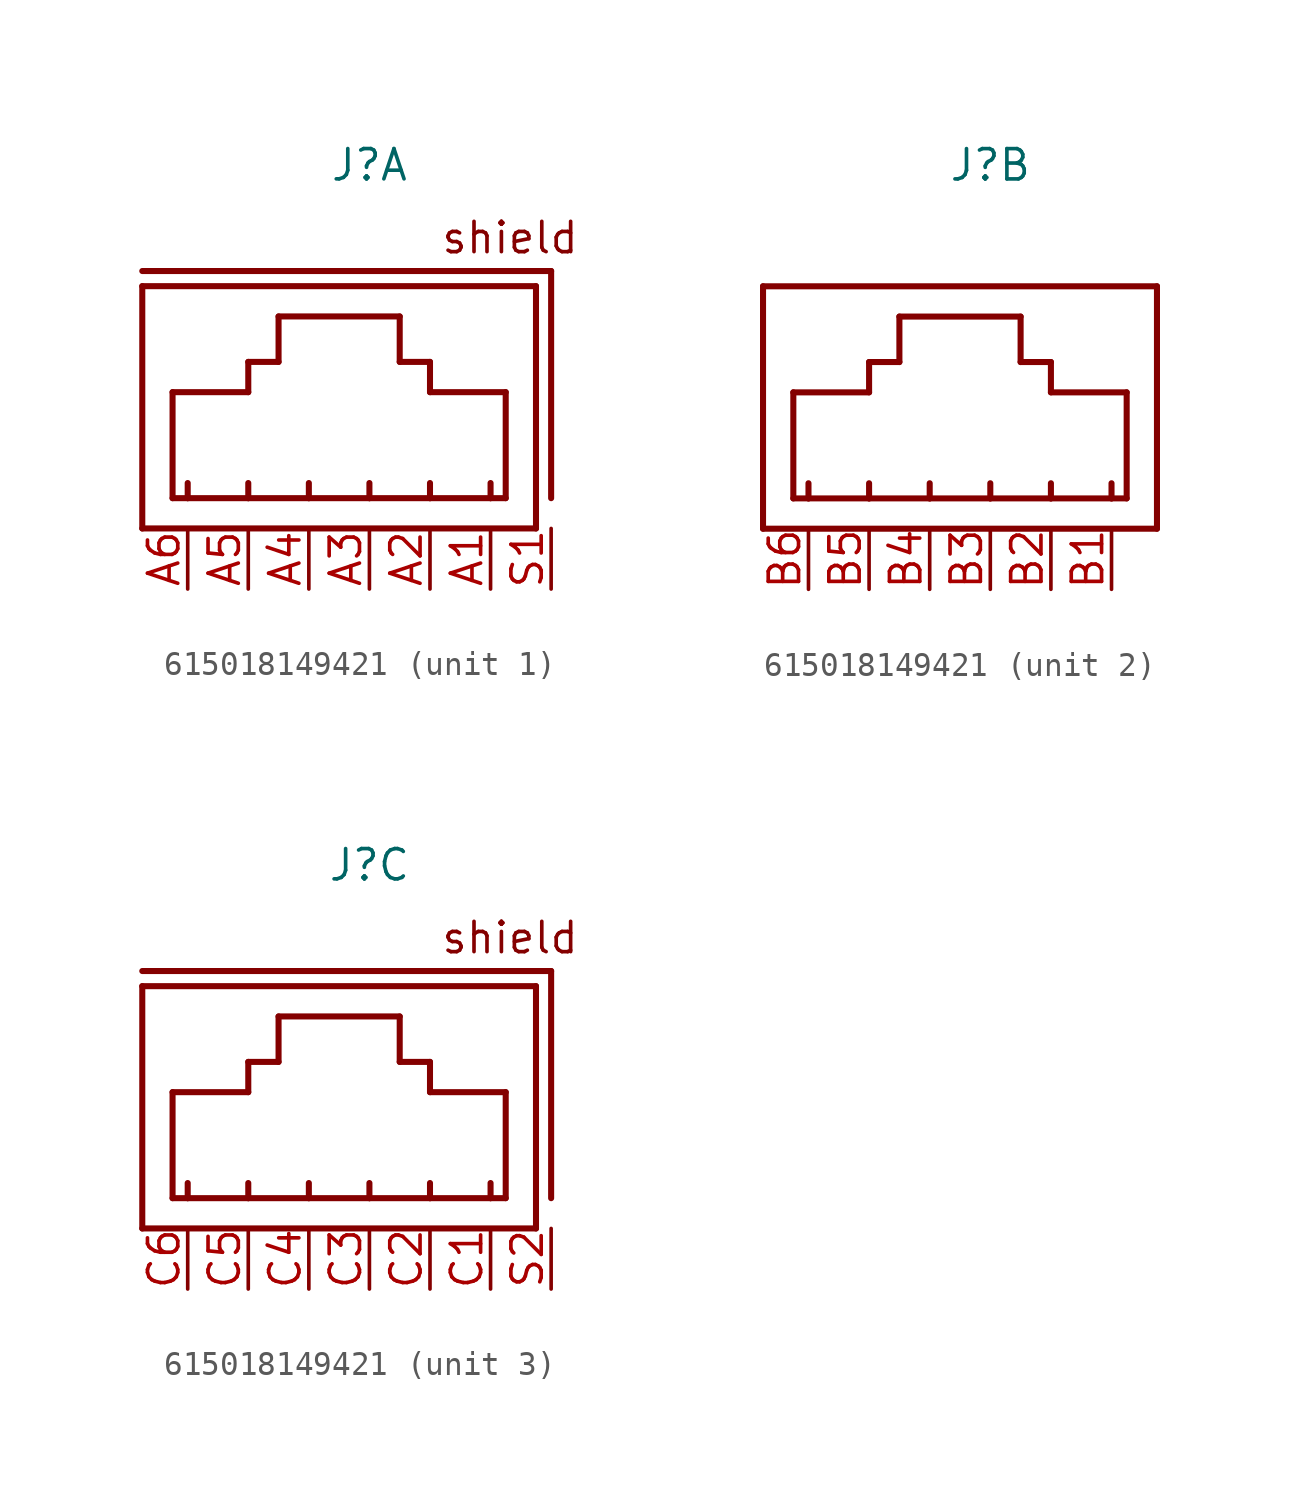
<source format=kicad_sym>
(kicad_symbol_lib
  (version 20241209)
  (generator "kicad_symbol_editor")
  (generator_version "9.0")
  (symbol "615018149421"
    (pin_names
      (hide yes))
    (property "Reference" "J"
      (at 0 10.16 0)
      (effects (font (size 1.27 1.27))))
    (property "ki_locked" ""
      (at 0 0 0)
      (effects (font (size 1.27 1.27))))
    (symbol "615018149421_1_0"
      (polyline (pts (xy -9.525 5.715) (xy 7.62 5.715)) (stroke (width 0.254) (type solid)) (fill (type none)))
      (polyline (pts (xy -9.525 5.08) (xy 6.985 5.08)) (stroke (width 0.254) (type solid)) (fill (type none)))
      (polyline (pts (xy -9.525 -5.08) (xy -9.525 5.08)) (stroke (width 0.254) (type solid)) (fill (type none)))
      (polyline (pts (xy -8.255 0.635) (xy -5.08 0.635)) (stroke (width 0.254) (type solid)) (fill (type none)))
      (polyline (pts (xy -8.255 -3.81) (xy -8.255 0.635)) (stroke (width 0.254) (type solid)) (fill (type none)))
      (polyline (pts (xy -7.62 -3.81) (xy -8.255 -3.81)) (stroke (width 0.254) (type solid)) (fill (type none)))
      (polyline (pts (xy -7.62 -3.81) (xy -7.62 -3.175)) (stroke (width 0.254) (type solid)) (fill (type none)))
      (polyline (pts (xy -5.08 1.905) (xy -3.81 1.905)) (stroke (width 0.254) (type solid)) (fill (type none)))
      (polyline (pts (xy -5.08 0.635) (xy -5.08 1.905)) (stroke (width 0.254) (type solid)) (fill (type none)))
      (polyline (pts (xy -5.08 -3.81) (xy -7.62 -3.81)) (stroke (width 0.254) (type solid)) (fill (type none)))
      (polyline (pts (xy -5.08 -3.81) (xy -5.08 -3.175)) (stroke (width 0.254) (type solid)) (fill (type none)))
      (polyline (pts (xy -3.81 3.81) (xy 1.27 3.81)) (stroke (width 0.254) (type solid)) (fill (type none)))
      (polyline (pts (xy -3.81 1.905) (xy -3.81 3.81)) (stroke (width 0.254) (type solid)) (fill (type none)))
      (polyline (pts (xy -2.54 -3.81) (xy -5.08 -3.81)) (stroke (width 0.254) (type solid)) (fill (type none)))
      (polyline (pts (xy -2.54 -3.81) (xy -2.54 -3.175)) (stroke (width 0.254) (type solid)) (fill (type none)))
      (polyline (pts (xy 0 -3.81) (xy -2.54 -3.81)) (stroke (width 0.254) (type solid)) (fill (type none)))
      (polyline (pts (xy 0 -3.81) (xy 0 -3.175)) (stroke (width 0.254) (type solid)) (fill (type none)))
      (polyline (pts (xy 1.27 1.905) (xy 1.27 3.81)) (stroke (width 0.254) (type solid)) (fill (type none)))
      (polyline (pts (xy 2.54 1.905) (xy 1.27 1.905)) (stroke (width 0.254) (type solid)) (fill (type none)))
      (polyline (pts (xy 2.54 0.635) (xy 2.54 1.905)) (stroke (width 0.254) (type solid)) (fill (type none)))
      (polyline (pts (xy 2.54 -3.81) (xy 0 -3.81)) (stroke (width 0.254) (type solid)) (fill (type none)))
      (polyline (pts (xy 2.54 -3.81) (xy 2.54 -3.175)) (stroke (width 0.254) (type solid)) (fill (type none)))
      (polyline (pts (xy 5.08 -3.81) (xy 2.54 -3.81)) (stroke (width 0.254) (type solid)) (fill (type none)))
      (polyline (pts (xy 5.08 -3.81) (xy 5.08 -3.175)) (stroke (width 0.254) (type solid)) (fill (type none)))
      (polyline (pts (xy 5.715 0.635) (xy 2.54 0.635)) (stroke (width 0.254) (type solid)) (fill (type none)))
      (polyline (pts (xy 5.715 0.635) (xy 5.715 -3.81)) (stroke (width 0.254) (type solid)) (fill (type none)))
      (polyline (pts (xy 5.715 -3.81) (xy 5.08 -3.81)) (stroke (width 0.254) (type solid)) (fill (type none)))
      (polyline (pts (xy 6.985 5.08) (xy 6.985 -5.08)) (stroke (width 0.254) (type solid)) (fill (type none)))
      (polyline (pts (xy 6.985 -5.08) (xy -9.525 -5.08)) (stroke (width 0.254) (type solid)) (fill (type none)))
      (polyline (pts (xy 7.62 5.715) (xy 7.62 -3.81)) (stroke (width 0.254) (type solid)) (fill (type none)))
      (text "shield" (at 2.955 6.365 0) (effects (font (size 1.27 1.27)) (justify left bottom)))
      (pin passive line (at -7.62 -7.62 90) (length 2.54) (name "6" (effects (font (size 1.27 1.27)))) (number "A6" (effects (font (size 1.27 1.27)))))
      (pin passive line (at -5.08 -7.62 90) (length 2.54) (name "5" (effects (font (size 1.27 1.27)))) (number "A5" (effects (font (size 1.27 1.27)))))
      (pin passive line (at -2.54 -7.62 90) (length 2.54) (name "4" (effects (font (size 1.27 1.27)))) (number "A4" (effects (font (size 1.27 1.27)))))
      (pin passive line (at 0 -7.62 90) (length 2.54) (name "3" (effects (font (size 1.27 1.27)))) (number "A3" (effects (font (size 1.27 1.27)))))
      (pin passive line (at 2.54 -7.62 90) (length 2.54) (name "2" (effects (font (size 1.27 1.27)))) (number "A2" (effects (font (size 1.27 1.27)))))
      (pin passive line (at 5.08 -7.62 90) (length 2.54) (name "1" (effects (font (size 1.27 1.27)))) (number "A1" (effects (font (size 1.27 1.27)))))
      (pin passive line (at 7.62 -7.62 90) (length 2.54) (name "SHIELD" (effects (font (size 1.27 1.27)))) (number "S1" (effects (font (size 1.27 1.27))))))
    (symbol "615018149421_2_0"
      (polyline (pts (xy -9.525 5.08) (xy 6.985 5.08)) (stroke (width 0.254) (type solid)) (fill (type none)))
      (polyline (pts (xy -9.525 -5.08) (xy -9.525 5.08)) (stroke (width 0.254) (type solid)) (fill (type none)))
      (polyline (pts (xy -8.255 0.635) (xy -5.08 0.635)) (stroke (width 0.254) (type solid)) (fill (type none)))
      (polyline (pts (xy -8.255 -3.81) (xy -8.255 0.635)) (stroke (width 0.254) (type solid)) (fill (type none)))
      (polyline (pts (xy -7.62 -3.81) (xy -8.255 -3.81)) (stroke (width 0.254) (type solid)) (fill (type none)))
      (polyline (pts (xy -7.62 -3.81) (xy -7.62 -3.175)) (stroke (width 0.254) (type solid)) (fill (type none)))
      (polyline (pts (xy -5.08 1.905) (xy -3.81 1.905)) (stroke (width 0.254) (type solid)) (fill (type none)))
      (polyline (pts (xy -5.08 0.635) (xy -5.08 1.905)) (stroke (width 0.254) (type solid)) (fill (type none)))
      (polyline (pts (xy -5.08 -3.81) (xy -7.62 -3.81)) (stroke (width 0.254) (type solid)) (fill (type none)))
      (polyline (pts (xy -5.08 -3.81) (xy -5.08 -3.175)) (stroke (width 0.254) (type solid)) (fill (type none)))
      (polyline (pts (xy -3.81 3.81) (xy 1.27 3.81)) (stroke (width 0.254) (type solid)) (fill (type none)))
      (polyline (pts (xy -3.81 1.905) (xy -3.81 3.81)) (stroke (width 0.254) (type solid)) (fill (type none)))
      (polyline (pts (xy -2.54 -3.81) (xy -5.08 -3.81)) (stroke (width 0.254) (type solid)) (fill (type none)))
      (polyline (pts (xy -2.54 -3.81) (xy -2.54 -3.175)) (stroke (width 0.254) (type solid)) (fill (type none)))
      (polyline (pts (xy 0 -3.81) (xy -2.54 -3.81)) (stroke (width 0.254) (type solid)) (fill (type none)))
      (polyline (pts (xy 0 -3.81) (xy 0 -3.175)) (stroke (width 0.254) (type solid)) (fill (type none)))
      (polyline (pts (xy 1.27 1.905) (xy 1.27 3.81)) (stroke (width 0.254) (type solid)) (fill (type none)))
      (polyline (pts (xy 2.54 1.905) (xy 1.27 1.905)) (stroke (width 0.254) (type solid)) (fill (type none)))
      (polyline (pts (xy 2.54 0.635) (xy 2.54 1.905)) (stroke (width 0.254) (type solid)) (fill (type none)))
      (polyline (pts (xy 2.54 -3.81) (xy 0 -3.81)) (stroke (width 0.254) (type solid)) (fill (type none)))
      (polyline (pts (xy 2.54 -3.81) (xy 2.54 -3.175)) (stroke (width 0.254) (type solid)) (fill (type none)))
      (polyline (pts (xy 5.08 -3.81) (xy 2.54 -3.81)) (stroke (width 0.254) (type solid)) (fill (type none)))
      (polyline (pts (xy 5.08 -3.81) (xy 5.08 -3.175)) (stroke (width 0.254) (type solid)) (fill (type none)))
      (polyline (pts (xy 5.715 0.635) (xy 2.54 0.635)) (stroke (width 0.254) (type solid)) (fill (type none)))
      (polyline (pts (xy 5.715 0.635) (xy 5.715 -3.81)) (stroke (width 0.254) (type solid)) (fill (type none)))
      (polyline (pts (xy 5.715 -3.81) (xy 5.08 -3.81)) (stroke (width 0.254) (type solid)) (fill (type none)))
      (polyline (pts (xy 6.985 5.08) (xy 6.985 -5.08)) (stroke (width 0.254) (type solid)) (fill (type none)))
      (polyline (pts (xy 6.985 -5.08) (xy -9.525 -5.08)) (stroke (width 0.254) (type solid)) (fill (type none)))
      (pin passive line (at -7.62 -7.62 90) (length 2.54) (name "6" (effects (font (size 1.27 1.27)))) (number "B6" (effects (font (size 1.27 1.27)))))
      (pin passive line (at -5.08 -7.62 90) (length 2.54) (name "5" (effects (font (size 1.27 1.27)))) (number "B5" (effects (font (size 1.27 1.27)))))
      (pin passive line (at -2.54 -7.62 90) (length 2.54) (name "4" (effects (font (size 1.27 1.27)))) (number "B4" (effects (font (size 1.27 1.27)))))
      (pin passive line (at 0 -7.62 90) (length 2.54) (name "3" (effects (font (size 1.27 1.27)))) (number "B3" (effects (font (size 1.27 1.27)))))
      (pin passive line (at 2.54 -7.62 90) (length 2.54) (name "2" (effects (font (size 1.27 1.27)))) (number "B2" (effects (font (size 1.27 1.27)))))
      (pin passive line (at 5.08 -7.62 90) (length 2.54) (name "1" (effects (font (size 1.27 1.27)))) (number "B1" (effects (font (size 1.27 1.27))))))
    (symbol "615018149421_3_0"
      (polyline (pts (xy -9.525 5.715) (xy 7.62 5.715)) (stroke (width 0.254) (type solid)) (fill (type none)))
      (polyline (pts (xy -9.525 5.08) (xy 6.985 5.08)) (stroke (width 0.254) (type solid)) (fill (type none)))
      (polyline (pts (xy -9.525 -5.08) (xy -9.525 5.08)) (stroke (width 0.254) (type solid)) (fill (type none)))
      (polyline (pts (xy -8.255 0.635) (xy -5.08 0.635)) (stroke (width 0.254) (type solid)) (fill (type none)))
      (polyline (pts (xy -8.255 -3.81) (xy -8.255 0.635)) (stroke (width 0.254) (type solid)) (fill (type none)))
      (polyline (pts (xy -7.62 -3.81) (xy -8.255 -3.81)) (stroke (width 0.254) (type solid)) (fill (type none)))
      (polyline (pts (xy -7.62 -3.81) (xy -7.62 -3.175)) (stroke (width 0.254) (type solid)) (fill (type none)))
      (polyline (pts (xy -5.08 1.905) (xy -3.81 1.905)) (stroke (width 0.254) (type solid)) (fill (type none)))
      (polyline (pts (xy -5.08 0.635) (xy -5.08 1.905)) (stroke (width 0.254) (type solid)) (fill (type none)))
      (polyline (pts (xy -5.08 -3.81) (xy -7.62 -3.81)) (stroke (width 0.254) (type solid)) (fill (type none)))
      (polyline (pts (xy -5.08 -3.81) (xy -5.08 -3.175)) (stroke (width 0.254) (type solid)) (fill (type none)))
      (polyline (pts (xy -3.81 3.81) (xy 1.27 3.81)) (stroke (width 0.254) (type solid)) (fill (type none)))
      (polyline (pts (xy -3.81 1.905) (xy -3.81 3.81)) (stroke (width 0.254) (type solid)) (fill (type none)))
      (polyline (pts (xy -2.54 -3.81) (xy -5.08 -3.81)) (stroke (width 0.254) (type solid)) (fill (type none)))
      (polyline (pts (xy -2.54 -3.81) (xy -2.54 -3.175)) (stroke (width 0.254) (type solid)) (fill (type none)))
      (polyline (pts (xy 0 -3.81) (xy -2.54 -3.81)) (stroke (width 0.254) (type solid)) (fill (type none)))
      (polyline (pts (xy 0 -3.81) (xy 0 -3.175)) (stroke (width 0.254) (type solid)) (fill (type none)))
      (polyline (pts (xy 1.27 1.905) (xy 1.27 3.81)) (stroke (width 0.254) (type solid)) (fill (type none)))
      (polyline (pts (xy 2.54 1.905) (xy 1.27 1.905)) (stroke (width 0.254) (type solid)) (fill (type none)))
      (polyline (pts (xy 2.54 0.635) (xy 2.54 1.905)) (stroke (width 0.254) (type solid)) (fill (type none)))
      (polyline (pts (xy 2.54 -3.81) (xy 0 -3.81)) (stroke (width 0.254) (type solid)) (fill (type none)))
      (polyline (pts (xy 2.54 -3.81) (xy 2.54 -3.175)) (stroke (width 0.254) (type solid)) (fill (type none)))
      (polyline (pts (xy 5.08 -3.81) (xy 2.54 -3.81)) (stroke (width 0.254) (type solid)) (fill (type none)))
      (polyline (pts (xy 5.08 -3.81) (xy 5.08 -3.175)) (stroke (width 0.254) (type solid)) (fill (type none)))
      (polyline (pts (xy 5.715 0.635) (xy 2.54 0.635)) (stroke (width 0.254) (type solid)) (fill (type none)))
      (polyline (pts (xy 5.715 0.635) (xy 5.715 -3.81)) (stroke (width 0.254) (type solid)) (fill (type none)))
      (polyline (pts (xy 5.715 -3.81) (xy 5.08 -3.81)) (stroke (width 0.254) (type solid)) (fill (type none)))
      (polyline (pts (xy 6.985 5.08) (xy 6.985 -5.08)) (stroke (width 0.254) (type solid)) (fill (type none)))
      (polyline (pts (xy 6.985 -5.08) (xy -9.525 -5.08)) (stroke (width 0.254) (type solid)) (fill (type none)))
      (polyline (pts (xy 7.62 5.715) (xy 7.62 -3.81)) (stroke (width 0.254) (type solid)) (fill (type none)))
      (text "shield" (at 2.955 6.365 0) (effects (font (size 1.27 1.27)) (justify left bottom)))
      (pin passive line (at -7.62 -7.62 90) (length 2.54) (name "6" (effects (font (size 1.27 1.27)))) (number "C6" (effects (font (size 1.27 1.27)))))
      (pin passive line (at -5.08 -7.62 90) (length 2.54) (name "5" (effects (font (size 1.27 1.27)))) (number "C5" (effects (font (size 1.27 1.27)))))
      (pin passive line (at -2.54 -7.62 90) (length 2.54) (name "4" (effects (font (size 1.27 1.27)))) (number "C4" (effects (font (size 1.27 1.27)))))
      (pin passive line (at 0 -7.62 90) (length 2.54) (name "3" (effects (font (size 1.27 1.27)))) (number "C3" (effects (font (size 1.27 1.27)))))
      (pin passive line (at 2.54 -7.62 90) (length 2.54) (name "2" (effects (font (size 1.27 1.27)))) (number "C2" (effects (font (size 1.27 1.27)))))
      (pin passive line (at 5.08 -7.62 90) (length 2.54) (name "1" (effects (font (size 1.27 1.27)))) (number "C1" (effects (font (size 1.27 1.27)))))
      (pin passive line (at 7.62 -7.62 90) (length 2.54) (name "SHIELD" (effects (font (size 1.27 1.27)))) (number "S2" (effects (font (size 1.27 1.27))))))))
</source>
